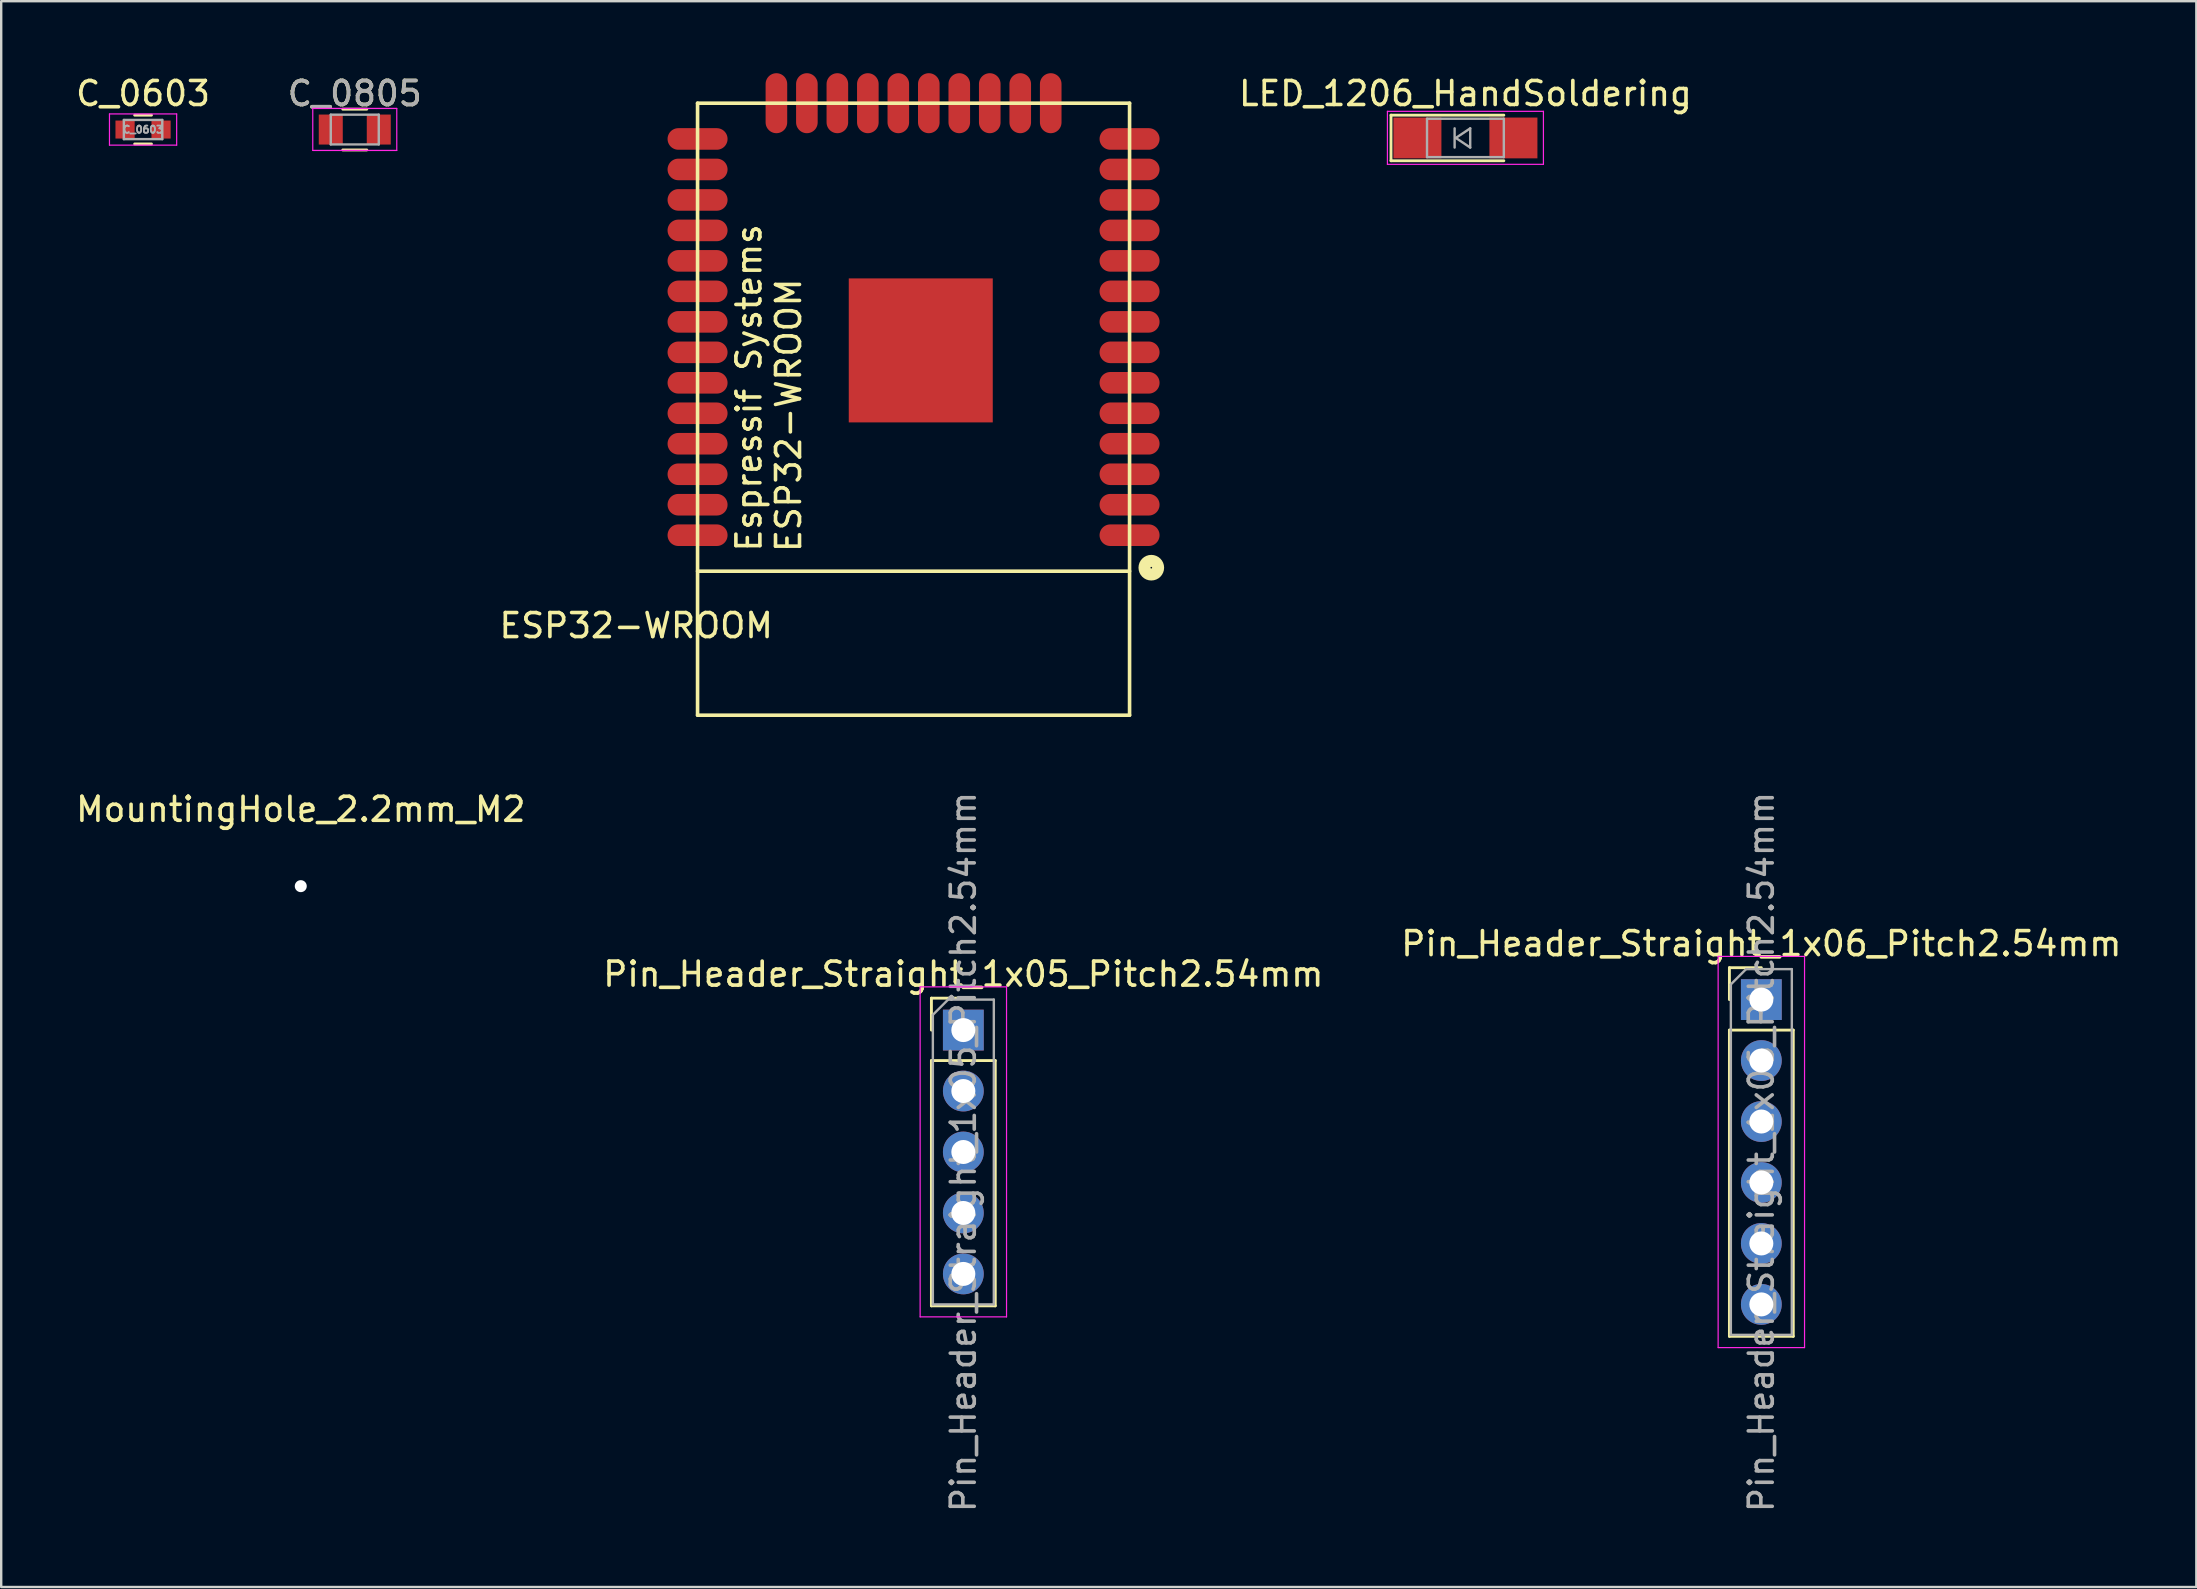
<source format=kicad_pcb>
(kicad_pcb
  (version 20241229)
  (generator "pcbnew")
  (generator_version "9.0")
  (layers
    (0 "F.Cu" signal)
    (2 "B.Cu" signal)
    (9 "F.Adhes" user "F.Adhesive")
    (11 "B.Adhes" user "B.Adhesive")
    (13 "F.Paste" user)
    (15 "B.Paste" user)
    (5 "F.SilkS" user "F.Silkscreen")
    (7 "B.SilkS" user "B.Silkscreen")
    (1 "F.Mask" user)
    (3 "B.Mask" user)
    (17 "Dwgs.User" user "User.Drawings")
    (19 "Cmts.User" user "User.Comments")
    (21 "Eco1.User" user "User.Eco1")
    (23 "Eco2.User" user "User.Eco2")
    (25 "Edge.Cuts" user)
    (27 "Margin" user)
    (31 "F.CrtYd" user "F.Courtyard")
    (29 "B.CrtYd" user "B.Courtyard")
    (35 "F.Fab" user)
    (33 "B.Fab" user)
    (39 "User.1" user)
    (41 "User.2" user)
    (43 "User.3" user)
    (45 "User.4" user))
  (footprint "MountingHole_2.2mm_M2"
    (layer "F.Cu")
    (at 9.482 33.873)
    (property "Reference" "MountingHole_2.2mm_M2" (at 0 -3.2 0) (layer "F.SilkS") (effects (font (size 1 1) (thickness 0.15))))
    (attr exclude_from_pos_files exclude_from_bom)
    (pad "" np_thru_hole circle (at 0 0) (size 0.5 0.5) (drill 0.5) (layers "*.Cu")))
  (footprint "Pin_Header_Straight_1x05_Pitch2.54mm"
    (layer "F.Cu")
    (at 37.089 39.87)
    (property "Reference" "Pin_Header_Straight_1x05_Pitch2.54mm" (at 0 -2.33 0) (layer "F.SilkS") (effects (font (size 1 1) (thickness 0.15))))
    (attr through_hole)
    (fp_line (start -1.33 -1.33) (end 0 -1.33) (stroke (width 0.12) (type solid)) (layer "F.SilkS"))
    (fp_line (start -1.33 0) (end -1.33 -1.33) (stroke (width 0.12) (type solid)) (layer "F.SilkS"))
    (fp_line (start -1.33 1.27) (end -1.33 11.49) (stroke (width 0.12) (type solid)) (layer "F.SilkS"))
    (fp_line (start -1.33 1.27) (end 1.33 1.27) (stroke (width 0.12) (type solid)) (layer "F.SilkS"))
    (fp_line (start -1.33 11.49) (end 1.33 11.49) (stroke (width 0.12) (type solid)) (layer "F.SilkS"))
    (fp_line (start 1.33 1.27) (end 1.33 11.49) (stroke (width 0.12) (type solid)) (layer "F.SilkS"))
    (fp_line (start -1.8 -1.8) (end -1.8 11.95) (stroke (width 0.05) (type solid)) (layer "F.CrtYd"))
    (fp_line (start -1.8 11.95) (end 1.8 11.95) (stroke (width 0.05) (type solid)) (layer "F.CrtYd"))
    (fp_line (start 1.8 -1.8) (end -1.8 -1.8) (stroke (width 0.05) (type solid)) (layer "F.CrtYd"))
    (fp_line (start 1.8 11.95) (end 1.8 -1.8) (stroke (width 0.05) (type solid)) (layer "F.CrtYd"))
    (fp_line (start -1.27 -0.635) (end -0.635 -1.27) (stroke (width 0.1) (type solid)) (layer "F.Fab"))
    (fp_line (start -1.27 11.43) (end -1.27 -0.635) (stroke (width 0.1) (type solid)) (layer "F.Fab"))
    (fp_line (start -0.635 -1.27) (end 1.27 -1.27) (stroke (width 0.1) (type solid)) (layer "F.Fab"))
    (fp_line (start 1.27 -1.27) (end 1.27 11.43) (stroke (width 0.1) (type solid)) (layer "F.Fab"))
    (fp_line (start 1.27 11.43) (end -1.27 11.43) (stroke (width 0.1) (type solid)) (layer "F.Fab"))
    (fp_text user "${REFERENCE}" (at 0 5.08 90) (layer "F.Fab") (effects (font (size 1 1) (thickness 0.15))))
    (pad "1" thru_hole rect (at 0 0) (size 1.7 1.7) (drill 1) (layers "*.Cu" "*.Mask"))
    (pad "2" thru_hole oval (at 0 2.54) (size 1.7 1.7) (drill 1) (layers "*.Cu" "*.Mask"))
    (pad "3" thru_hole oval (at 0 5.08) (size 1.7 1.7) (drill 1) (layers "*.Cu" "*.Mask"))
    (pad "4" thru_hole oval (at 0 7.62) (size 1.7 1.7) (drill 1) (layers "*.Cu" "*.Mask"))
    (pad "5" thru_hole oval (at 0 10.16) (size 1.7 1.7) (drill 1) (layers "*.Cu" "*.Mask")))
  (footprint "C_0603"
    (layer "F.Cu")
    (at 2.911 2.348)
    (property "Reference" "C_0603" (at 0 -1.5 0) (layer "F.SilkS") (effects (font (size 1 1) (thickness 0.15))))
    (attr smd)
    (fp_line (start -0.35 -0.6) (end 0.35 -0.6) (stroke (width 0.12) (type solid)) (layer "F.SilkS"))
    (fp_line (start 0.35 0.6) (end -0.35 0.6) (stroke (width 0.12) (type solid)) (layer "F.SilkS"))
    (fp_line (start -1.4 -0.65) (end -1.4 0.65) (stroke (width 0.05) (type solid)) (layer "F.CrtYd"))
    (fp_line (start -1.4 -0.65) (end 1.4 -0.65) (stroke (width 0.05) (type solid)) (layer "F.CrtYd"))
    (fp_line (start 1.4 0.65) (end -1.4 0.65) (stroke (width 0.05) (type solid)) (layer "F.CrtYd"))
    (fp_line (start 1.4 0.65) (end 1.4 -0.65) (stroke (width 0.05) (type solid)) (layer "F.CrtYd"))
    (fp_line (start -0.8 -0.4) (end 0.8 -0.4) (stroke (width 0.1) (type solid)) (layer "F.Fab"))
    (fp_line (start -0.8 0.4) (end -0.8 -0.4) (stroke (width 0.1) (type solid)) (layer "F.Fab"))
    (fp_line (start 0.8 -0.4) (end 0.8 0.4) (stroke (width 0.1) (type solid)) (layer "F.Fab"))
    (fp_line (start 0.8 0.4) (end -0.8 0.4) (stroke (width 0.1) (type solid)) (layer "F.Fab"))
    (fp_text user "${REFERENCE}" (at 0 0 0) (layer "F.Fab") (effects (font (size 0.3 0.3) (thickness 0.075))))
    (pad "1" smd rect (at -0.75 0) (size 0.8 0.75) (layers "F.Cu" "F.Mask" "F.Paste"))
    (pad "2" smd rect (at 0.75 0) (size 0.8 0.75) (layers "F.Cu" "F.Mask" "F.Paste")))
  (footprint "ESP32-WROOM"
    (layer "F.Cu")
    (at 35.015 14)
    (property "Reference" "ESP32-WROOM" (at -11.557 9.017 0) (layer "F.SilkS") (effects (font (size 1 1) (thickness 0.15))))
    (attr through_hole)
    (fp_line (start -9 -12.75) (end 9 -12.75) (stroke (width 0.15) (type solid)) (layer "F.SilkS"))
    (fp_line (start -9 6.75) (end 9 6.75) (stroke (width 0.15) (type solid)) (layer "F.SilkS"))
    (fp_line (start -9 12.75) (end -9 -12.75) (stroke (width 0.15) (type solid)) (layer "F.SilkS"))
    (fp_line (start -9 12.75) (end 9 12.75) (stroke (width 0.15) (type solid)) (layer "F.SilkS"))
    (fp_line (start 9 12.75) (end 9 -12.75) (stroke (width 0.15) (type solid)) (layer "F.SilkS"))
    (fp_circle (center 9.906 6.604) (end 10.033 6.858) (stroke (width 0.5) (type solid)) (fill no) (layer "F.SilkS"))
    (fp_text user "ESP32-WROOM" (at -5.207 0.254 90) (layer "F.SilkS") (effects (font (size 1 1) (thickness 0.15))))
    (fp_text user "Espressif Systems" (at -6.858 -0.889 90) (layer "F.SilkS") (effects (font (size 1 1) (thickness 0.15))))
    (pad "1" smd oval (at 9 5.25) (size 2.5 0.9) (layers "F.Cu" "F.Mask" "F.Paste"))
    (pad "2" smd oval (at 9 3.98) (size 2.5 0.9) (layers "F.Cu" "F.Mask" "F.Paste"))
    (pad "3" smd oval (at 9 2.71) (size 2.5 0.9) (layers "F.Cu" "F.Mask" "F.Paste"))
    (pad "4" smd oval (at 9 1.44) (size 2.5 0.9) (layers "F.Cu" "F.Mask" "F.Paste"))
    (pad "5" smd oval (at 9 0.17) (size 2.5 0.9) (layers "F.Cu" "F.Mask" "F.Paste"))
    (pad "6" smd oval (at 9 -1.1) (size 2.5 0.9) (layers "F.Cu" "F.Mask" "F.Paste"))
    (pad "7" smd oval (at 9 -2.37) (size 2.5 0.9) (layers "F.Cu" "F.Mask" "F.Paste"))
    (pad "8" smd oval (at 9 -3.64) (size 2.5 0.9) (layers "F.Cu" "F.Mask" "F.Paste"))
    (pad "9" smd oval (at 9 -4.91) (size 2.5 0.9) (layers "F.Cu" "F.Mask" "F.Paste"))
    (pad "10" smd oval (at 9 -6.18) (size 2.5 0.9) (layers "F.Cu" "F.Mask" "F.Paste"))
    (pad "11" smd oval (at 9 -7.45) (size 2.5 0.9) (layers "F.Cu" "F.Mask" "F.Paste"))
    (pad "12" smd oval (at 9 -8.72) (size 2.5 0.9) (layers "F.Cu" "F.Mask" "F.Paste"))
    (pad "13" smd oval (at 9 -9.99) (size 2.5 0.9) (layers "F.Cu" "F.Mask" "F.Paste"))
    (pad "14" smd oval (at 9 -11.26) (size 2.5 0.9) (layers "F.Cu" "F.Mask" "F.Paste"))
    (pad "15" smd oval (at 5.715 -12.75) (size 0.9 2.5) (layers "F.Cu" "F.Mask" "F.Paste"))
    (pad "16" smd oval (at 4.445 -12.75) (size 0.9 2.5) (layers "F.Cu" "F.Mask" "F.Paste"))
    (pad "17" smd oval (at 3.175 -12.75) (size 0.9 2.5) (layers "F.Cu" "F.Mask" "F.Paste"))
    (pad "18" smd oval (at 1.905 -12.75) (size 0.9 2.5) (layers "F.Cu" "F.Mask" "F.Paste"))
    (pad "19" smd oval (at 0.635 -12.75) (size 0.9 2.5) (layers "F.Cu" "F.Mask" "F.Paste"))
    (pad "20" smd oval (at -0.635 -12.75) (size 0.9 2.5) (layers "F.Cu" "F.Mask" "F.Paste"))
    (pad "21" smd oval (at -1.905 -12.75) (size 0.9 2.5) (layers "F.Cu" "F.Mask" "F.Paste"))
    (pad "22" smd oval (at -3.175 -12.75) (size 0.9 2.5) (layers "F.Cu" "F.Mask" "F.Paste"))
    (pad "23" smd oval (at -4.445 -12.75) (size 0.9 2.5) (layers "F.Cu" "F.Mask" "F.Paste"))
    (pad "24" smd oval (at -5.715 -12.75) (size 0.9 2.5) (layers "F.Cu" "F.Mask" "F.Paste"))
    (pad "25" smd oval (at -9 -11.26) (size 2.5 0.9) (layers "F.Cu" "F.Mask" "F.Paste"))
    (pad "26" smd oval (at -9 -9.99) (size 2.5 0.9) (layers "F.Cu" "F.Mask" "F.Paste"))
    (pad "27" smd oval (at -9 -8.72) (size 2.5 0.9) (layers "F.Cu" "F.Mask" "F.Paste"))
    (pad "28" smd oval (at -9 -7.45) (size 2.5 0.9) (layers "F.Cu" "F.Mask" "F.Paste"))
    (pad "29" smd oval (at -9 -6.18) (size 2.5 0.9) (layers "F.Cu" "F.Mask" "F.Paste"))
    (pad "30" smd oval (at -9 -4.91) (size 2.5 0.9) (layers "F.Cu" "F.Mask" "F.Paste"))
    (pad "31" smd oval (at -9 -3.64) (size 2.5 0.9) (layers "F.Cu" "F.Mask" "F.Paste"))
    (pad "32" smd oval (at -9 -2.37) (size 2.5 0.9) (layers "F.Cu" "F.Mask" "F.Paste"))
    (pad "33" smd oval (at -9 -1.1) (size 2.5 0.9) (layers "F.Cu" "F.Mask" "F.Paste"))
    (pad "34" smd oval (at -9 0.17) (size 2.5 0.9) (layers "F.Cu" "F.Mask" "F.Paste"))
    (pad "35" smd oval (at -9 1.44) (size 2.5 0.9) (layers "F.Cu" "F.Mask" "F.Paste"))
    (pad "36" smd oval (at -9 2.71) (size 2.5 0.9) (layers "F.Cu" "F.Mask" "F.Paste"))
    (pad "37" smd oval (at -9 3.98) (size 2.5 0.9) (layers "F.Cu" "F.Mask" "F.Paste"))
    (pad "38" smd oval (at -9 5.25) (size 2.5 0.9) (layers "F.Cu" "F.Mask" "F.Paste"))
    (pad "39" smd rect (at 0.3 -2.45) (size 6 6) (layers "F.Cu" "F.Mask" "F.Paste")))
  (footprint "LED_1206_HandSoldering"
    (layer "F.Cu")
    (at 58.009 2.698)
    (property "Reference" "LED_1206_HandSoldering" (at 0 -1.85 0) (layer "F.SilkS") (effects (font (size 1 1) (thickness 0.15))))
    (attr smd)
    (fp_line (start -3.1 -0.95) (end -3.1 0.95) (stroke (width 0.12) (type solid)) (layer "F.SilkS"))
    (fp_line (start -3.1 -0.95) (end 1.6 -0.95) (stroke (width 0.12) (type solid)) (layer "F.SilkS"))
    (fp_line (start -3.1 0.95) (end 1.6 0.95) (stroke (width 0.12) (type solid)) (layer "F.SilkS"))
    (fp_line (start -3.25 -1.11) (end -3.25 1.1) (stroke (width 0.05) (type solid)) (layer "F.CrtYd"))
    (fp_line (start -3.25 -1.11) (end 3.25 -1.11) (stroke (width 0.05) (type solid)) (layer "F.CrtYd"))
    (fp_line (start 3.25 1.1) (end -3.25 1.1) (stroke (width 0.05) (type solid)) (layer "F.CrtYd"))
    (fp_line (start 3.25 1.1) (end 3.25 -1.11) (stroke (width 0.05) (type solid)) (layer "F.CrtYd"))
    (fp_line (start -1.6 -0.8) (end 1.6 -0.8) (stroke (width 0.1) (type solid)) (layer "F.Fab"))
    (fp_line (start -1.6 0.8) (end -1.6 -0.8) (stroke (width 0.1) (type solid)) (layer "F.Fab"))
    (fp_line (start -0.45 -0.4) (end -0.45 0.4) (stroke (width 0.1) (type solid)) (layer "F.Fab"))
    (fp_line (start -0.4 0) (end 0.2 -0.4) (stroke (width 0.1) (type solid)) (layer "F.Fab"))
    (fp_line (start 0.2 -0.4) (end 0.2 0.4) (stroke (width 0.1) (type solid)) (layer "F.Fab"))
    (fp_line (start 0.2 0.4) (end -0.4 0) (stroke (width 0.1) (type solid)) (layer "F.Fab"))
    (fp_line (start 1.6 -0.8) (end 1.6 0.8) (stroke (width 0.1) (type solid)) (layer "F.Fab"))
    (fp_line (start 1.6 0.8) (end -1.6 0.8) (stroke (width 0.1) (type solid)) (layer "F.Fab"))
    (pad "1" smd rect (at -2 0) (size 2 1.7) (layers "F.Cu" "F.Mask" "F.Paste"))
    (pad "2" smd rect (at 2 0) (size 2 1.7) (layers "F.Cu" "F.Mask" "F.Paste")))
  (footprint "C_0805"
    (layer "F.Cu")
    (at 11.732 2.348)
    (property "Reference" "C_0805" (at 0 -1.5 0) (layer "F.SilkS") (effects (font (size 1 1) (thickness 0.15))))
    (attr smd)
    (fp_line (start -0.5 0.85) (end 0.5 0.85) (stroke (width 0.12) (type solid)) (layer "F.SilkS"))
    (fp_line (start 0.5 -0.85) (end -0.5 -0.85) (stroke (width 0.12) (type solid)) (layer "F.SilkS"))
    (fp_line (start -1.75 -0.88) (end -1.75 0.87) (stroke (width 0.05) (type solid)) (layer "F.CrtYd"))
    (fp_line (start -1.75 -0.88) (end 1.75 -0.88) (stroke (width 0.05) (type solid)) (layer "F.CrtYd"))
    (fp_line (start 1.75 0.87) (end -1.75 0.87) (stroke (width 0.05) (type solid)) (layer "F.CrtYd"))
    (fp_line (start 1.75 0.87) (end 1.75 -0.88) (stroke (width 0.05) (type solid)) (layer "F.CrtYd"))
    (fp_line (start -1 -0.62) (end 1 -0.62) (stroke (width 0.1) (type solid)) (layer "F.Fab"))
    (fp_line (start -1 0.62) (end -1 -0.62) (stroke (width 0.1) (type solid)) (layer "F.Fab"))
    (fp_line (start 1 -0.62) (end 1 0.62) (stroke (width 0.1) (type solid)) (layer "F.Fab"))
    (fp_line (start 1 0.62) (end -1 0.62) (stroke (width 0.1) (type solid)) (layer "F.Fab"))
    (fp_text user "${REFERENCE}" (at 0 -1.5 0) (layer "F.Fab") (effects (font (size 1 1) (thickness 0.15))))
    (pad "1" smd rect (at -1 0) (size 1 1.25) (layers "F.Cu" "F.Mask" "F.Paste"))
    (pad "2" smd rect (at 1 0) (size 1 1.25) (layers "F.Cu" "F.Mask" "F.Paste")))
  (footprint "Pin_Header_Straight_1x06_Pitch2.54mm"
    (layer "F.Cu")
    (at 70.339 38.6)
    (property "Reference" "Pin_Header_Straight_1x06_Pitch2.54mm" (at 0 -2.33 0) (layer "F.SilkS") (effects (font (size 1 1) (thickness 0.15))))
    (attr through_hole)
    (fp_line (start -1.33 -1.33) (end 0 -1.33) (stroke (width 0.12) (type solid)) (layer "F.SilkS"))
    (fp_line (start -1.33 0) (end -1.33 -1.33) (stroke (width 0.12) (type solid)) (layer "F.SilkS"))
    (fp_line (start -1.33 1.27) (end -1.33 14.03) (stroke (width 0.12) (type solid)) (layer "F.SilkS"))
    (fp_line (start -1.33 1.27) (end 1.33 1.27) (stroke (width 0.12) (type solid)) (layer "F.SilkS"))
    (fp_line (start -1.33 14.03) (end 1.33 14.03) (stroke (width 0.12) (type solid)) (layer "F.SilkS"))
    (fp_line (start 1.33 1.27) (end 1.33 14.03) (stroke (width 0.12) (type solid)) (layer "F.SilkS"))
    (fp_line (start -1.8 -1.8) (end -1.8 14.5) (stroke (width 0.05) (type solid)) (layer "F.CrtYd"))
    (fp_line (start -1.8 14.5) (end 1.8 14.5) (stroke (width 0.05) (type solid)) (layer "F.CrtYd"))
    (fp_line (start 1.8 -1.8) (end -1.8 -1.8) (stroke (width 0.05) (type solid)) (layer "F.CrtYd"))
    (fp_line (start 1.8 14.5) (end 1.8 -1.8) (stroke (width 0.05) (type solid)) (layer "F.CrtYd"))
    (fp_line (start -1.27 -0.635) (end -0.635 -1.27) (stroke (width 0.1) (type solid)) (layer "F.Fab"))
    (fp_line (start -1.27 13.97) (end -1.27 -0.635) (stroke (width 0.1) (type solid)) (layer "F.Fab"))
    (fp_line (start -0.635 -1.27) (end 1.27 -1.27) (stroke (width 0.1) (type solid)) (layer "F.Fab"))
    (fp_line (start 1.27 -1.27) (end 1.27 13.97) (stroke (width 0.1) (type solid)) (layer "F.Fab"))
    (fp_line (start 1.27 13.97) (end -1.27 13.97) (stroke (width 0.1) (type solid)) (layer "F.Fab"))
    (fp_text user "${REFERENCE}" (at 0 6.35 90) (layer "F.Fab") (effects (font (size 1 1) (thickness 0.15))))
    (pad "1" thru_hole rect (at 0 0) (size 1.7 1.7) (drill 1) (layers "*.Cu" "*.Mask"))
    (pad "2" thru_hole oval (at 0 2.54) (size 1.7 1.7) (drill 1) (layers "*.Cu" "*.Mask"))
    (pad "3" thru_hole oval (at 0 5.08) (size 1.7 1.7) (drill 1) (layers "*.Cu" "*.Mask"))
    (pad "4" thru_hole oval (at 0 7.62) (size 1.7 1.7) (drill 1) (layers "*.Cu" "*.Mask"))
    (pad "5" thru_hole oval (at 0 10.16) (size 1.7 1.7) (drill 1) (layers "*.Cu" "*.Mask"))
    (pad "6" thru_hole oval (at 0 12.7) (size 1.7 1.7) (drill 1) (layers "*.Cu" "*.Mask")))
  (gr_rect
    (start -3 -3)
    (end 88.464 63.075)
    (stroke (width 0.1) (type default))
    (fill no)
    (layer "Edge.Cuts")))
</source>
